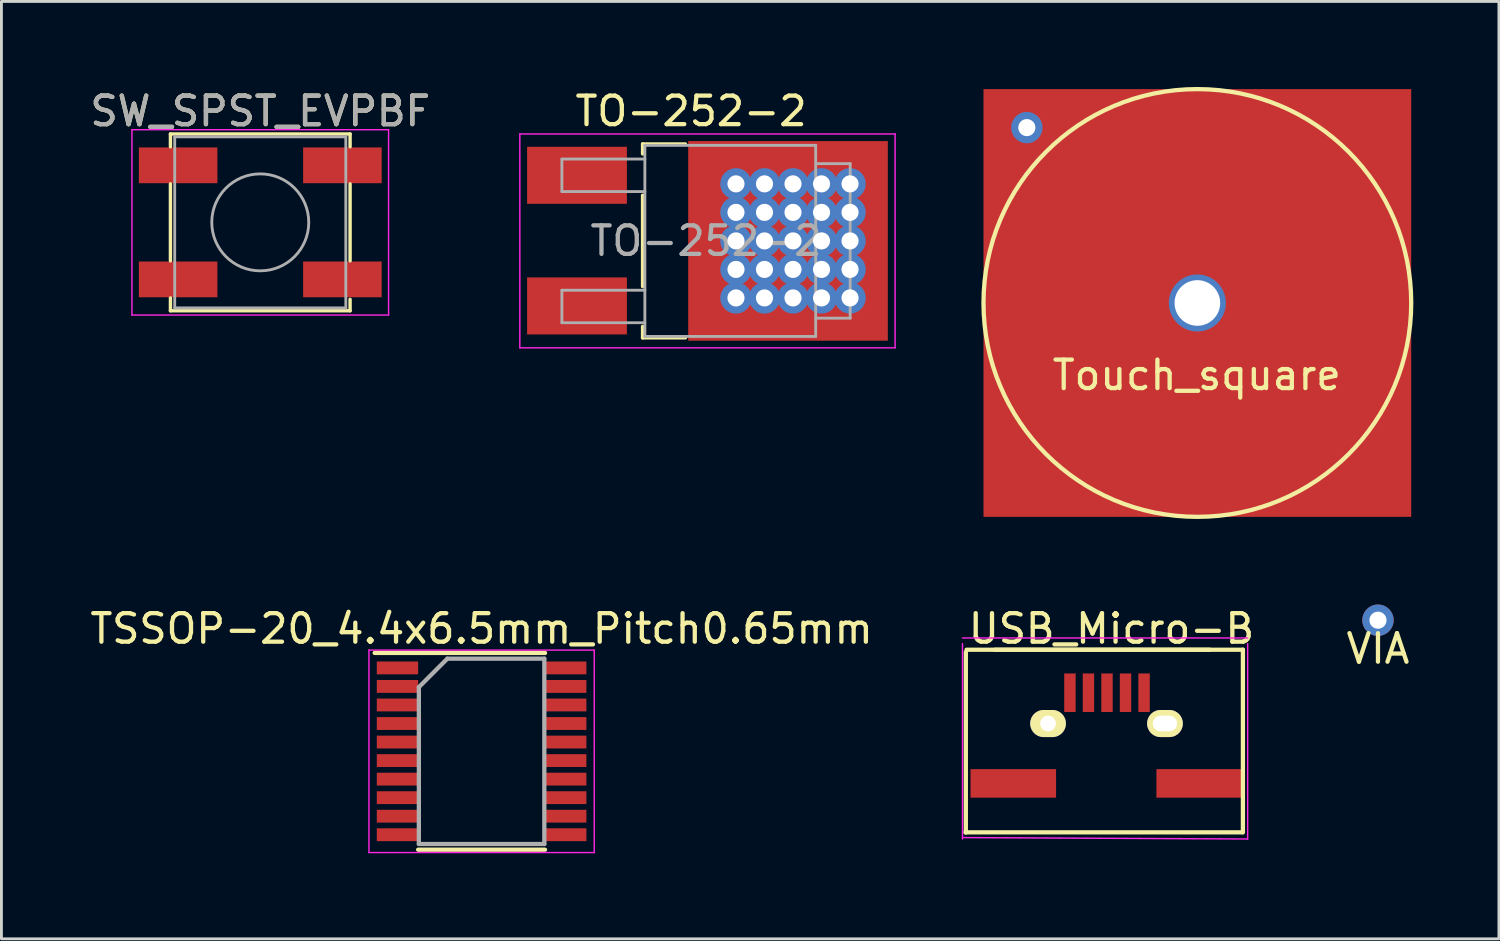
<source format=kicad_pcb>
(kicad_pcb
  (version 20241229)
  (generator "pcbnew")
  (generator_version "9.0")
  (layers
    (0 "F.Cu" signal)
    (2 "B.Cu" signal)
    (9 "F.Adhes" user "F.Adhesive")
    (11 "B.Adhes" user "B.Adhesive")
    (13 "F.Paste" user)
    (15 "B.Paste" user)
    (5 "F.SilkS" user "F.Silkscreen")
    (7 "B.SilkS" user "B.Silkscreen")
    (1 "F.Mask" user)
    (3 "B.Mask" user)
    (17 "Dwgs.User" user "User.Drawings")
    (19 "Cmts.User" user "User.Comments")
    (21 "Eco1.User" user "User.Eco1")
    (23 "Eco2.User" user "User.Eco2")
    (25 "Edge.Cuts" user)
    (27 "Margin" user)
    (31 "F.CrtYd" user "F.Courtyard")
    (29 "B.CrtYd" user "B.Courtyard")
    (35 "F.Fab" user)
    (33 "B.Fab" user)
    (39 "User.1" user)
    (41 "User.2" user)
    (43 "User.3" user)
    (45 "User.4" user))
  (footprint "VIA"
    (layer "F.Cu")
    (at 45.274 18.7)
    (property "Reference" "VIA" (at 0 1 0) (layer "F.SilkS") (effects (font (size 1 1) (thickness 0.15))))
    (attr through_hole)
    (pad "1" thru_hole circle (at 0 0) (size 1.1 1.1) (drill 0.6) (layers "*.Cu")))
  (footprint "TO-252-2"
    (layer "F.Cu")
    (at 21.76 5.398)
    (property "Reference" "TO-252-2" (at -0.575 -4.55 0) (layer "F.SilkS") (effects (font (size 1 1) (thickness 0.15))))
    (attr smd)
    (fp_line (start -2.275 -3.4) (end -0.775 -3.4) (stroke (width 0.12) (type solid)) (layer "F.SilkS"))
    (fp_line (start -2.275 -3.05) (end -2.275 -3.4) (stroke (width 0.12) (type solid)) (layer "F.SilkS"))
    (fp_line (start -2.275 1.6) (end -2.275 -1.6) (stroke (width 0.12) (type solid)) (layer "F.SilkS"))
    (fp_line (start -2.275 3.4) (end -2.275 3) (stroke (width 0.12) (type solid)) (layer "F.SilkS"))
    (fp_line (start -0.775 3.4) (end -2.275 3.4) (stroke (width 0.12) (type solid)) (layer "F.SilkS"))
    (fp_line (start -6.58 3.75) (end -6.58 -3.75) (stroke (width 0.05) (type solid)) (layer "F.CrtYd"))
    (fp_line (start -6.58 3.75) (end 6.58 3.75) (stroke (width 0.05) (type solid)) (layer "F.CrtYd"))
    (fp_line (start 6.58 -3.75) (end -6.58 -3.75) (stroke (width 0.05) (type solid)) (layer "F.CrtYd"))
    (fp_line (start 6.58 -3.75) (end 6.58 3.75) (stroke (width 0.05) (type solid)) (layer "F.CrtYd"))
    (fp_line (start -5.105 -2.87) (end -5.105 -1.73) (stroke (width 0.1) (type solid)) (layer "F.Fab"))
    (fp_line (start -5.105 -1.73) (end -2.195 -1.73) (stroke (width 0.1) (type solid)) (layer "F.Fab"))
    (fp_line (start -5.105 1.73) (end -5.105 2.87) (stroke (width 0.1) (type solid)) (layer "F.Fab"))
    (fp_line (start -5.105 2.87) (end -2.195 2.87) (stroke (width 0.1) (type solid)) (layer "F.Fab"))
    (fp_line (start -2.195 -2.87) (end -5.105 -2.87) (stroke (width 0.1) (type solid)) (layer "F.Fab"))
    (fp_line (start -2.195 1.73) (end -5.105 1.73) (stroke (width 0.1) (type solid)) (layer "F.Fab"))
    (fp_line (start -2.195 3.35) (end -2.195 -3.35) (stroke (width 0.1) (type solid)) (layer "F.Fab"))
    (fp_line (start -2.195 3.35) (end 3.795 3.35) (stroke (width 0.1) (type solid)) (layer "F.Fab"))
    (fp_line (start 3.795 -3.35) (end -2.195 -3.35) (stroke (width 0.1) (type solid)) (layer "F.Fab"))
    (fp_line (start 3.795 3.35) (end 3.795 -3.35) (stroke (width 0.1) (type solid)) (layer "F.Fab"))
    (fp_line (start 3.805 -2.71) (end 5.005 -2.71) (stroke (width 0.1) (type solid)) (layer "F.Fab"))
    (fp_line (start 5.005 -2.71) (end 5.005 2.71) (stroke (width 0.1) (type solid)) (layer "F.Fab"))
    (fp_line (start 5.005 2.71) (end 3.795 2.71) (stroke (width 0.1) (type solid)) (layer "F.Fab"))
    (fp_text user "${REFERENCE}" (at -0.05 0 0) (layer "F.Fab") (effects (font (size 1 1) (thickness 0.15))))
    (pad "1" smd rect (at -4.575 -2.3 270) (size 2 3.5) (layers "F.Cu" "F.Mask" "F.Paste"))
    (pad "2" thru_hole circle (at 1 -2) (size 1.1 1.1) (drill 0.6) (layers "*.Cu" "*.Mask"))
    (pad "2" thru_hole circle (at 1 -1) (size 1.1 1.1) (drill 0.6) (layers "*.Cu" "*.Mask"))
    (pad "2" thru_hole circle (at 1 0) (size 1.1 1.1) (drill 0.6) (layers "*.Cu" "*.Mask"))
    (pad "2" thru_hole circle (at 1 1) (size 1.1 1.1) (drill 0.6) (layers "*.Cu" "*.Mask"))
    (pad "2" thru_hole circle (at 1 2) (size 1.1 1.1) (drill 0.6) (layers "*.Cu" "*.Mask"))
    (pad "2" thru_hole circle (at 2 -2) (size 1.1 1.1) (drill 0.6) (layers "*.Cu" "*.Mask"))
    (pad "2" thru_hole circle (at 2 -1) (size 1.1 1.1) (drill 0.6) (layers "*.Cu" "*.Mask"))
    (pad "2" thru_hole circle (at 2 0) (size 1.1 1.1) (drill 0.6) (layers "*.Cu" "*.Mask"))
    (pad "2" thru_hole circle (at 2 1) (size 1.1 1.1) (drill 0.6) (layers "*.Cu" "*.Mask"))
    (pad "2" thru_hole circle (at 2 2) (size 1.1 1.1) (drill 0.6) (layers "*.Cu" "*.Mask"))
    (pad "2" smd rect (at 2.825 0 270) (size 7 7) (layers "F.Cu" "F.Mask" "F.Paste"))
    (pad "2" thru_hole circle (at 3 -2) (size 1.1 1.1) (drill 0.6) (layers "*.Cu" "*.Mask"))
    (pad "2" thru_hole circle (at 3 -1) (size 1.1 1.1) (drill 0.6) (layers "*.Cu" "*.Mask"))
    (pad "2" thru_hole circle (at 3 0) (size 1.1 1.1) (drill 0.6) (layers "*.Cu" "*.Mask"))
    (pad "2" thru_hole circle (at 3 1) (size 1.1 1.1) (drill 0.6) (layers "*.Cu" "*.Mask"))
    (pad "2" thru_hole circle (at 3 2) (size 1.1 1.1) (drill 0.6) (layers "*.Cu" "*.Mask"))
    (pad "2" thru_hole circle (at 4 -2) (size 1.1 1.1) (drill 0.6) (layers "*.Cu" "*.Mask"))
    (pad "2" thru_hole circle (at 4 -1) (size 1.1 1.1) (drill 0.6) (layers "*.Cu" "*.Mask"))
    (pad "2" thru_hole circle (at 4 0) (size 1.1 1.1) (drill 0.6) (layers "*.Cu" "*.Mask"))
    (pad "2" thru_hole circle (at 4 1) (size 1.1 1.1) (drill 0.6) (layers "*.Cu" "*.Mask"))
    (pad "2" thru_hole circle (at 4 2) (size 1.1 1.1) (drill 0.6) (layers "*.Cu" "*.Mask"))
    (pad "2" thru_hole circle (at 5 -2) (size 1.1 1.1) (drill 0.6) (layers "*.Cu" "*.Mask"))
    (pad "2" thru_hole circle (at 5 -1) (size 1.1 1.1) (drill 0.6) (layers "*.Cu" "*.Mask"))
    (pad "2" thru_hole circle (at 5 0) (size 1.1 1.1) (drill 0.6) (layers "*.Cu" "*.Mask"))
    (pad "2" thru_hole circle (at 5 1) (size 1.1 1.1) (drill 0.6) (layers "*.Cu" "*.Mask"))
    (pad "2" thru_hole circle (at 5 2) (size 1.1 1.1) (drill 0.6) (layers "*.Cu" "*.Mask"))
    (pad "3" smd rect (at -4.575 2.28 270) (size 2 3.5) (layers "F.Cu" "F.Mask" "F.Paste")))
  (footprint "SW_SPST_EVPBF"
    (layer "F.Cu")
    (at 6.077 4.748)
    (property "Reference" "SW_SPST_EVPBF" (at 0 -3.9 0) (layer "F.SilkS") (effects (font (size 1 1) (thickness 0.15))))
    (attr smd)
    (fp_line (start -3.15 -3.1) (end 3.15 -3.1) (stroke (width 0.12) (type solid)) (layer "F.SilkS"))
    (fp_line (start -3.15 -2.65) (end -3.15 -3.1) (stroke (width 0.12) (type solid)) (layer "F.SilkS"))
    (fp_line (start -3.15 1.35) (end -3.15 -1.35) (stroke (width 0.12) (type solid)) (layer "F.SilkS"))
    (fp_line (start -3.15 2.65) (end -3.15 3.1) (stroke (width 0.12) (type solid)) (layer "F.SilkS"))
    (fp_line (start -3.15 3.1) (end 3.15 3.1) (stroke (width 0.12) (type solid)) (layer "F.SilkS"))
    (fp_line (start 3.15 -3.1) (end 3.15 -2.65) (stroke (width 0.12) (type solid)) (layer "F.SilkS"))
    (fp_line (start 3.15 -1.35) (end 3.15 1.35) (stroke (width 0.12) (type solid)) (layer "F.SilkS"))
    (fp_line (start 3.15 3.1) (end 3.15 2.7) (stroke (width 0.12) (type solid)) (layer "F.SilkS"))
    (fp_line (start -4.5 -3.25) (end 4.5 -3.25) (stroke (width 0.05) (type solid)) (layer "F.CrtYd"))
    (fp_line (start -4.5 3.25) (end -4.5 -3.25) (stroke (width 0.05) (type solid)) (layer "F.CrtYd"))
    (fp_line (start 4.5 -3.25) (end 4.5 3.25) (stroke (width 0.05) (type solid)) (layer "F.CrtYd"))
    (fp_line (start 4.5 3.25) (end -4.5 3.25) (stroke (width 0.05) (type solid)) (layer "F.CrtYd"))
    (fp_line (start -3 -3) (end 3 -3) (stroke (width 0.1) (type solid)) (layer "F.Fab"))
    (fp_line (start -3 3) (end -3 -3) (stroke (width 0.1) (type solid)) (layer "F.Fab"))
    (fp_line (start 3 -3) (end 3 3) (stroke (width 0.1) (type solid)) (layer "F.Fab"))
    (fp_line (start 3 3) (end -3 3) (stroke (width 0.1) (type solid)) (layer "F.Fab"))
    (fp_circle (center 0 0) (end 1.7 0) (stroke (width 0.1) (type solid)) (fill no) (layer "F.Fab"))
    (fp_text user "${REFERENCE}" (at 0 -3.9 0) (layer "F.Fab") (effects (font (size 1 1) (thickness 0.15))))
    (pad "1" smd rect (at -2.88 -2) (size 2.754 1.254) (layers "F.Cu" "F.Mask" "F.Paste"))
    (pad "1" smd rect (at 2.88 -2) (size 2.754 1.254) (layers "F.Cu" "F.Mask" "F.Paste"))
    (pad "2" smd rect (at -2.88 2) (size 2.754 1.254) (layers "F.Cu" "F.Mask" "F.Paste"))
    (pad "2" smd rect (at 2.88 2) (size 2.754 1.254) (layers "F.Cu" "F.Mask" "F.Paste")))
  (footprint "Touch_square"
    (layer "F.Cu")
    (at 38.94 7.575)
    (property "Reference" "Touch_square" (at -0.02 2.53 0) (layer "F.SilkS") (effects (font (size 1 1) (thickness 0.15))))
    (attr through_hole)
    (fp_circle (center 0 0) (end 0 -7.5) (stroke (width 0.15) (type solid)) (fill no) (layer "F.SilkS"))
    (pad "0" thru_hole circle (at 0 0) (size 2 2) (drill 1.6) (layers "*.Cu"))
    (pad "0" smd rect (at 0 0) (size 15 15) (layers "F.Cu" "F.Mask" "F.Paste"))
    (pad "1" thru_hole circle (at -5.98 -6.15) (size 1.1 1.1) (drill 0.6) (layers "*.Cu" "*.Mask")))
  (footprint "TSSOP-20_4.4x6.5mm_Pitch0.65mm"
    (layer "F.Cu")
    (at 13.839 23.298)
    (property "Reference" "TSSOP-20_4.4x6.5mm_Pitch0.65mm" (at 0 -4.3 0) (layer "F.SilkS") (effects (font (size 1 1) (thickness 0.15))))
    (attr smd)
    (fp_line (start -3.75 -3.45) (end 2.225 -3.45) (stroke (width 0.15) (type solid)) (layer "F.SilkS"))
    (fp_line (start -2.225 3.45) (end 2.225 3.45) (stroke (width 0.15) (type solid)) (layer "F.SilkS"))
    (fp_line (start -3.95 -3.55) (end -3.95 3.55) (stroke (width 0.05) (type solid)) (layer "F.CrtYd"))
    (fp_line (start -3.95 -3.55) (end 3.95 -3.55) (stroke (width 0.05) (type solid)) (layer "F.CrtYd"))
    (fp_line (start -3.95 3.55) (end 3.95 3.55) (stroke (width 0.05) (type solid)) (layer "F.CrtYd"))
    (fp_line (start 3.95 -3.55) (end 3.95 3.55) (stroke (width 0.05) (type solid)) (layer "F.CrtYd"))
    (fp_line (start -2.2 -2.25) (end -1.2 -3.25) (stroke (width 0.15) (type solid)) (layer "F.Fab"))
    (fp_line (start -2.2 3.25) (end -2.2 -2.25) (stroke (width 0.15) (type solid)) (layer "F.Fab"))
    (fp_line (start -1.2 -3.25) (end 2.2 -3.25) (stroke (width 0.15) (type solid)) (layer "F.Fab"))
    (fp_line (start 2.2 -3.25) (end 2.2 3.25) (stroke (width 0.15) (type solid)) (layer "F.Fab"))
    (fp_line (start 2.2 3.25) (end -2.2 3.25) (stroke (width 0.15) (type solid)) (layer "F.Fab"))
    (pad "1" smd rect (at -2.95 -2.925) (size 1.45 0.45) (layers "F.Cu" "F.Mask" "F.Paste"))
    (pad "2" smd rect (at -2.95 -2.275) (size 1.45 0.45) (layers "F.Cu" "F.Mask" "F.Paste"))
    (pad "3" smd rect (at -2.95 -1.625) (size 1.45 0.45) (layers "F.Cu" "F.Mask" "F.Paste"))
    (pad "4" smd rect (at -2.95 -0.975) (size 1.45 0.45) (layers "F.Cu" "F.Mask" "F.Paste"))
    (pad "5" smd rect (at -2.95 -0.325) (size 1.45 0.45) (layers "F.Cu" "F.Mask" "F.Paste"))
    (pad "6" smd rect (at -2.95 0.325) (size 1.45 0.45) (layers "F.Cu" "F.Mask" "F.Paste"))
    (pad "7" smd rect (at -2.95 0.975) (size 1.45 0.45) (layers "F.Cu" "F.Mask" "F.Paste"))
    (pad "8" smd rect (at -2.95 1.625) (size 1.45 0.45) (layers "F.Cu" "F.Mask" "F.Paste"))
    (pad "9" smd rect (at -2.95 2.275) (size 1.45 0.45) (layers "F.Cu" "F.Mask" "F.Paste"))
    (pad "10" smd rect (at -2.95 2.925) (size 1.45 0.45) (layers "F.Cu" "F.Mask" "F.Paste"))
    (pad "11" smd rect (at 2.95 2.925) (size 1.45 0.45) (layers "F.Cu" "F.Mask" "F.Paste"))
    (pad "12" smd rect (at 2.95 2.275) (size 1.45 0.45) (layers "F.Cu" "F.Mask" "F.Paste"))
    (pad "13" smd rect (at 2.95 1.625) (size 1.45 0.45) (layers "F.Cu" "F.Mask" "F.Paste"))
    (pad "14" smd rect (at 2.95 0.975) (size 1.45 0.45) (layers "F.Cu" "F.Mask" "F.Paste"))
    (pad "15" smd rect (at 2.95 0.325) (size 1.45 0.45) (layers "F.Cu" "F.Mask" "F.Paste"))
    (pad "16" smd rect (at 2.95 -0.325) (size 1.45 0.45) (layers "F.Cu" "F.Mask" "F.Paste"))
    (pad "17" smd rect (at 2.95 -0.975) (size 1.45 0.45) (layers "F.Cu" "F.Mask" "F.Paste"))
    (pad "18" smd rect (at 2.95 -1.625) (size 1.45 0.45) (layers "F.Cu" "F.Mask" "F.Paste"))
    (pad "19" smd rect (at 2.95 -2.275) (size 1.45 0.45) (layers "F.Cu" "F.Mask" "F.Paste"))
    (pad "20" smd rect (at 2.95 -2.925) (size 1.45 0.45) (layers "F.Cu" "F.Mask" "F.Paste")))
  (footprint "USB_Micro-B"
    (layer "F.Cu")
    (at 33.704 22.323)
    (property "Reference" "USB_Micro-B" (at 2.225 -3.325 0) (layer "F.SilkS") (effects (font (size 1 1) (thickness 0.15))))
    (attr smd)
    (fp_line (start -2.896 3.817) (end 6.807 3.817) (stroke (width 0.15) (type solid)) (layer "F.SilkS"))
    (fp_line (start -2.883 3.823) (end -2.883 -2.502) (stroke (width 0.15) (type solid)) (layer "F.SilkS"))
    (fp_line (start -2.857 -2.588) (end 5.665 -2.588) (stroke (width 0.15) (type solid)) (layer "F.SilkS"))
    (fp_line (start 6.833 -2.588) (end -1.867 -2.588) (stroke (width 0.15) (type solid)) (layer "F.SilkS"))
    (fp_line (start 6.833 -2.588) (end 6.833 3.817) (stroke (width 0.15) (type solid)) (layer "F.SilkS"))
    (fp_line (start -3 -3) (end 7 -3) (stroke (width 0.05) (type solid)) (layer "F.CrtYd"))
    (fp_line (start -3 4.05) (end -3 -2.8) (stroke (width 0.05) (type solid)) (layer "F.CrtYd"))
    (fp_line (start 7 -2.8) (end 7 4.05) (stroke (width 0.05) (type solid)) (layer "F.CrtYd"))
    (fp_line (start 7 4.05) (end -3 4) (stroke (width 0.05) (type solid)) (layer "F.CrtYd"))
    (pad "1" smd rect (at 0.767 -1.08 90) (size 1.35 0.4) (layers "F.Cu" "F.Mask" "F.Paste"))
    (pad "2" smd rect (at 1.417 -1.08 90) (size 1.35 0.4) (layers "F.Cu" "F.Mask" "F.Paste"))
    (pad "3" smd rect (at 2.067 -1.08 90) (size 1.35 0.4) (layers "F.Cu" "F.Mask" "F.Paste"))
    (pad "4" smd rect (at 2.717 -1.08 90) (size 1.35 0.4) (layers "F.Cu" "F.Mask" "F.Paste"))
    (pad "5" smd rect (at 3.367 -1.08 90) (size 1.35 0.4) (layers "F.Cu" "F.Mask" "F.Paste"))
    (pad "6" smd rect (at -1.219 2.1 90) (size 1 3) (layers "F.Cu" "F.Mask" "F.Paste"))
    (pad "6" thru_hole oval (at 0 0 90) (size 0.95 1.25) (drill oval 0.55) (layers "*.Cu" "*.Mask" "F.SilkS"))
    (pad "6" thru_hole oval (at 4.1 0 90) (size 0.95 1.25) (drill oval 0.55 0.85) (layers "*.Cu" "*.Mask" "F.SilkS"))
    (pad "6" smd rect (at 5.3 2.1 90) (size 1 3) (layers "F.Cu" "F.Mask" "F.Paste")))
  (gr_rect
    (start -3 -3)
    (end 49.515 29.873)
    (stroke (width 0.1) (type default))
    (fill no)
    (layer "Edge.Cuts")))
</source>
